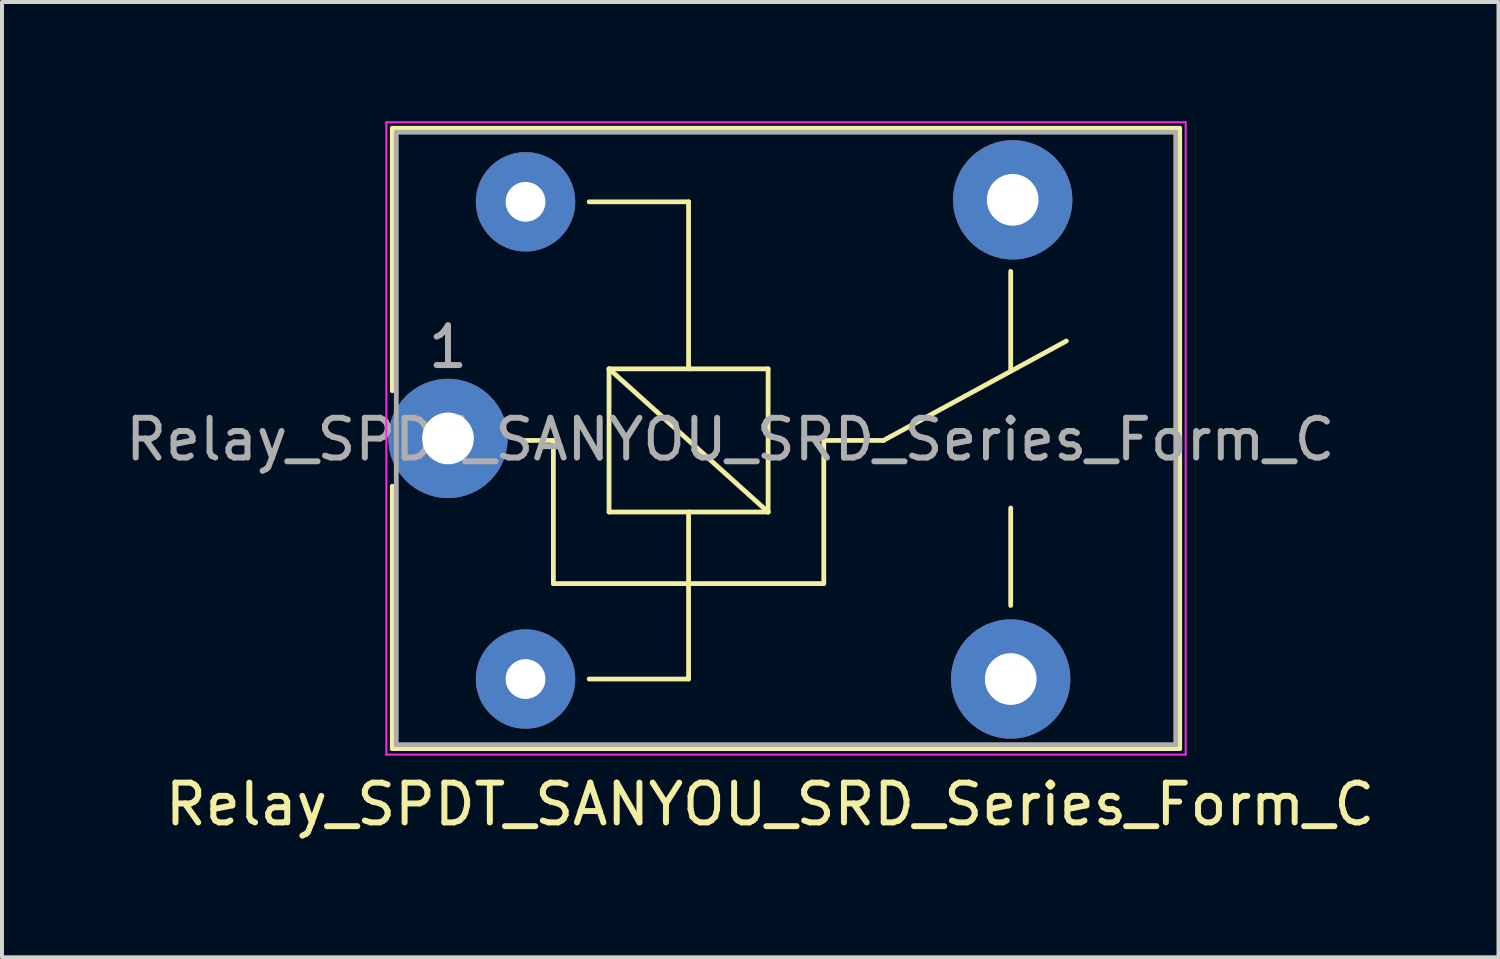
<source format=kicad_pcb>
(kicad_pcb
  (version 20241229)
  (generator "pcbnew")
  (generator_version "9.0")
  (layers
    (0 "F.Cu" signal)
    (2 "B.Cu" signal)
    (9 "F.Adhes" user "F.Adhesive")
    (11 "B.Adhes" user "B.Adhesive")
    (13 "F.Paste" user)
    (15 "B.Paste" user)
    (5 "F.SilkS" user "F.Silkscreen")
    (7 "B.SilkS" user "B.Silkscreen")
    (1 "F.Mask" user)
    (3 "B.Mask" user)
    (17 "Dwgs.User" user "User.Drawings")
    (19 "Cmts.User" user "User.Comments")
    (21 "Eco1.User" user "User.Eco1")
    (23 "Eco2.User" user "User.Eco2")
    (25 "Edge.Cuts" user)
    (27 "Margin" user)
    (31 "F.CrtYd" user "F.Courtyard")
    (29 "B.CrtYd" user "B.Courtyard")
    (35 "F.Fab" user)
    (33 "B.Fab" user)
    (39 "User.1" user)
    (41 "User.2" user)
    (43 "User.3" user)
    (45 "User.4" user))
  (footprint "Relay_SPDT_SANYOU_SRD_Series_Form_C"
    (layer "F.Cu")
    (at 8.215 7.975)
    (property "Reference" "Relay_SPDT_SANYOU_SRD_Series_Form_C" (at 8.1 9.2 0) (layer "F.SilkS") (effects (font (size 1 1) (thickness 0.15))))
    (attr through_hole)
    (fp_line (start -1.4 -7.8) (end -1.4 -1.2) (stroke (width 0.12) (type solid)) (layer "F.SilkS"))
    (fp_line (start -1.4 -7.8) (end 18.4 -7.8) (stroke (width 0.12) (type solid)) (layer "F.SilkS"))
    (fp_line (start -1.4 1.2) (end -1.4 7.8) (stroke (width 0.12) (type solid)) (layer "F.SilkS"))
    (fp_line (start 2.65 0.05) (end 1.85 0.05) (stroke (width 0.12) (type solid)) (layer "F.SilkS"))
    (fp_line (start 2.65 0.05) (end 2.65 3.65) (stroke (width 0.12) (type solid)) (layer "F.SilkS"))
    (fp_line (start 3.55 6.05) (end 6.05 6.05) (stroke (width 0.12) (type solid)) (layer "F.SilkS"))
    (fp_line (start 4.05 -1.75) (end 8.05 -1.75) (stroke (width 0.12) (type solid)) (layer "F.SilkS"))
    (fp_line (start 4.05 1.85) (end 4.05 -1.75) (stroke (width 0.12) (type solid)) (layer "F.SilkS"))
    (fp_line (start 6.05 -5.95) (end 3.55 -5.95) (stroke (width 0.12) (type solid)) (layer "F.SilkS"))
    (fp_line (start 6.05 -5.95) (end 6.05 -1.75) (stroke (width 0.12) (type solid)) (layer "F.SilkS"))
    (fp_line (start 6.05 1.85) (end 6.05 6.05) (stroke (width 0.12) (type solid)) (layer "F.SilkS"))
    (fp_line (start 8.05 -1.75) (end 8.05 1.85) (stroke (width 0.12) (type solid)) (layer "F.SilkS"))
    (fp_line (start 8.05 1.85) (end 4.05 -1.75) (stroke (width 0.12) (type solid)) (layer "F.SilkS"))
    (fp_line (start 8.05 1.85) (end 4.05 1.85) (stroke (width 0.12) (type solid)) (layer "F.SilkS"))
    (fp_line (start 9.45 0.05) (end 9.45 3.65) (stroke (width 0.12) (type solid)) (layer "F.SilkS"))
    (fp_line (start 9.45 0.05) (end 10.95 0.05) (stroke (width 0.12) (type solid)) (layer "F.SilkS"))
    (fp_line (start 9.45 3.65) (end 2.65 3.65) (stroke (width 0.12) (type solid)) (layer "F.SilkS"))
    (fp_line (start 10.95 0.05) (end 15.55 -2.45) (stroke (width 0.12) (type solid)) (layer "F.SilkS"))
    (fp_line (start 14.15 -4.2) (end 14.15 -1.7) (stroke (width 0.12) (type solid)) (layer "F.SilkS"))
    (fp_line (start 14.15 4.2) (end 14.15 1.75) (stroke (width 0.12) (type solid)) (layer "F.SilkS"))
    (fp_line (start 18.4 -7.8) (end 18.4 7.8) (stroke (width 0.12) (type solid)) (layer "F.SilkS"))
    (fp_line (start 18.4 7.8) (end -1.4 7.8) (stroke (width 0.12) (type solid)) (layer "F.SilkS"))
    (fp_line (start -1.55 7.95) (end -1.55 -7.95) (stroke (width 0.05) (type solid)) (layer "F.CrtYd"))
    (fp_line (start -1.55 7.95) (end 18.55 7.95) (stroke (width 0.05) (type solid)) (layer "F.CrtYd"))
    (fp_line (start 18.55 -7.95) (end -1.55 -7.95) (stroke (width 0.05) (type solid)) (layer "F.CrtYd"))
    (fp_line (start 18.55 -7.95) (end 18.55 7.95) (stroke (width 0.05) (type solid)) (layer "F.CrtYd"))
    (fp_line (start -1.3 -7.7) (end 18.3 -7.7) (stroke (width 0.12) (type solid)) (layer "F.Fab"))
    (fp_line (start -1.3 7.7) (end -1.3 -7.7) (stroke (width 0.12) (type solid)) (layer "F.Fab"))
    (fp_line (start 18.3 -7.7) (end 18.3 7.7) (stroke (width 0.12) (type solid)) (layer "F.Fab"))
    (fp_line (start 18.3 7.7) (end -1.3 7.7) (stroke (width 0.12) (type solid)) (layer "F.Fab"))
    (fp_text user "1" (at 0 -2.3 0) (layer "F.Fab") (effects (font (size 1 1) (thickness 0.15))))
    (fp_text user "${REFERENCE}" (at 7.1 0.025 0) (layer "F.Fab") (effects (font (size 1 1) (thickness 0.15))))
    (pad "1" thru_hole circle (at 0 0 90) (size 3 3) (drill 1.3) (layers "*.Cu" "*.Mask"))
    (pad "2" thru_hole circle (at 1.95 6.05 90) (size 2.5 2.5) (drill 1) (layers "*.Cu" "*.Mask"))
    (pad "3" thru_hole circle (at 14.15 6.05 90) (size 3 3) (drill 1.3) (layers "*.Cu" "*.Mask"))
    (pad "4" thru_hole circle (at 14.2 -6 90) (size 3 3) (drill 1.3) (layers "*.Cu" "*.Mask"))
    (pad "5" thru_hole circle (at 1.95 -5.95 90) (size 2.5 2.5) (drill 1) (layers "*.Cu" "*.Mask")))
  (gr_rect
    (start -3 -3)
    (end 34.631 21.023)
    (stroke (width 0.1) (type default))
    (fill no)
    (layer "Edge.Cuts")))
</source>
